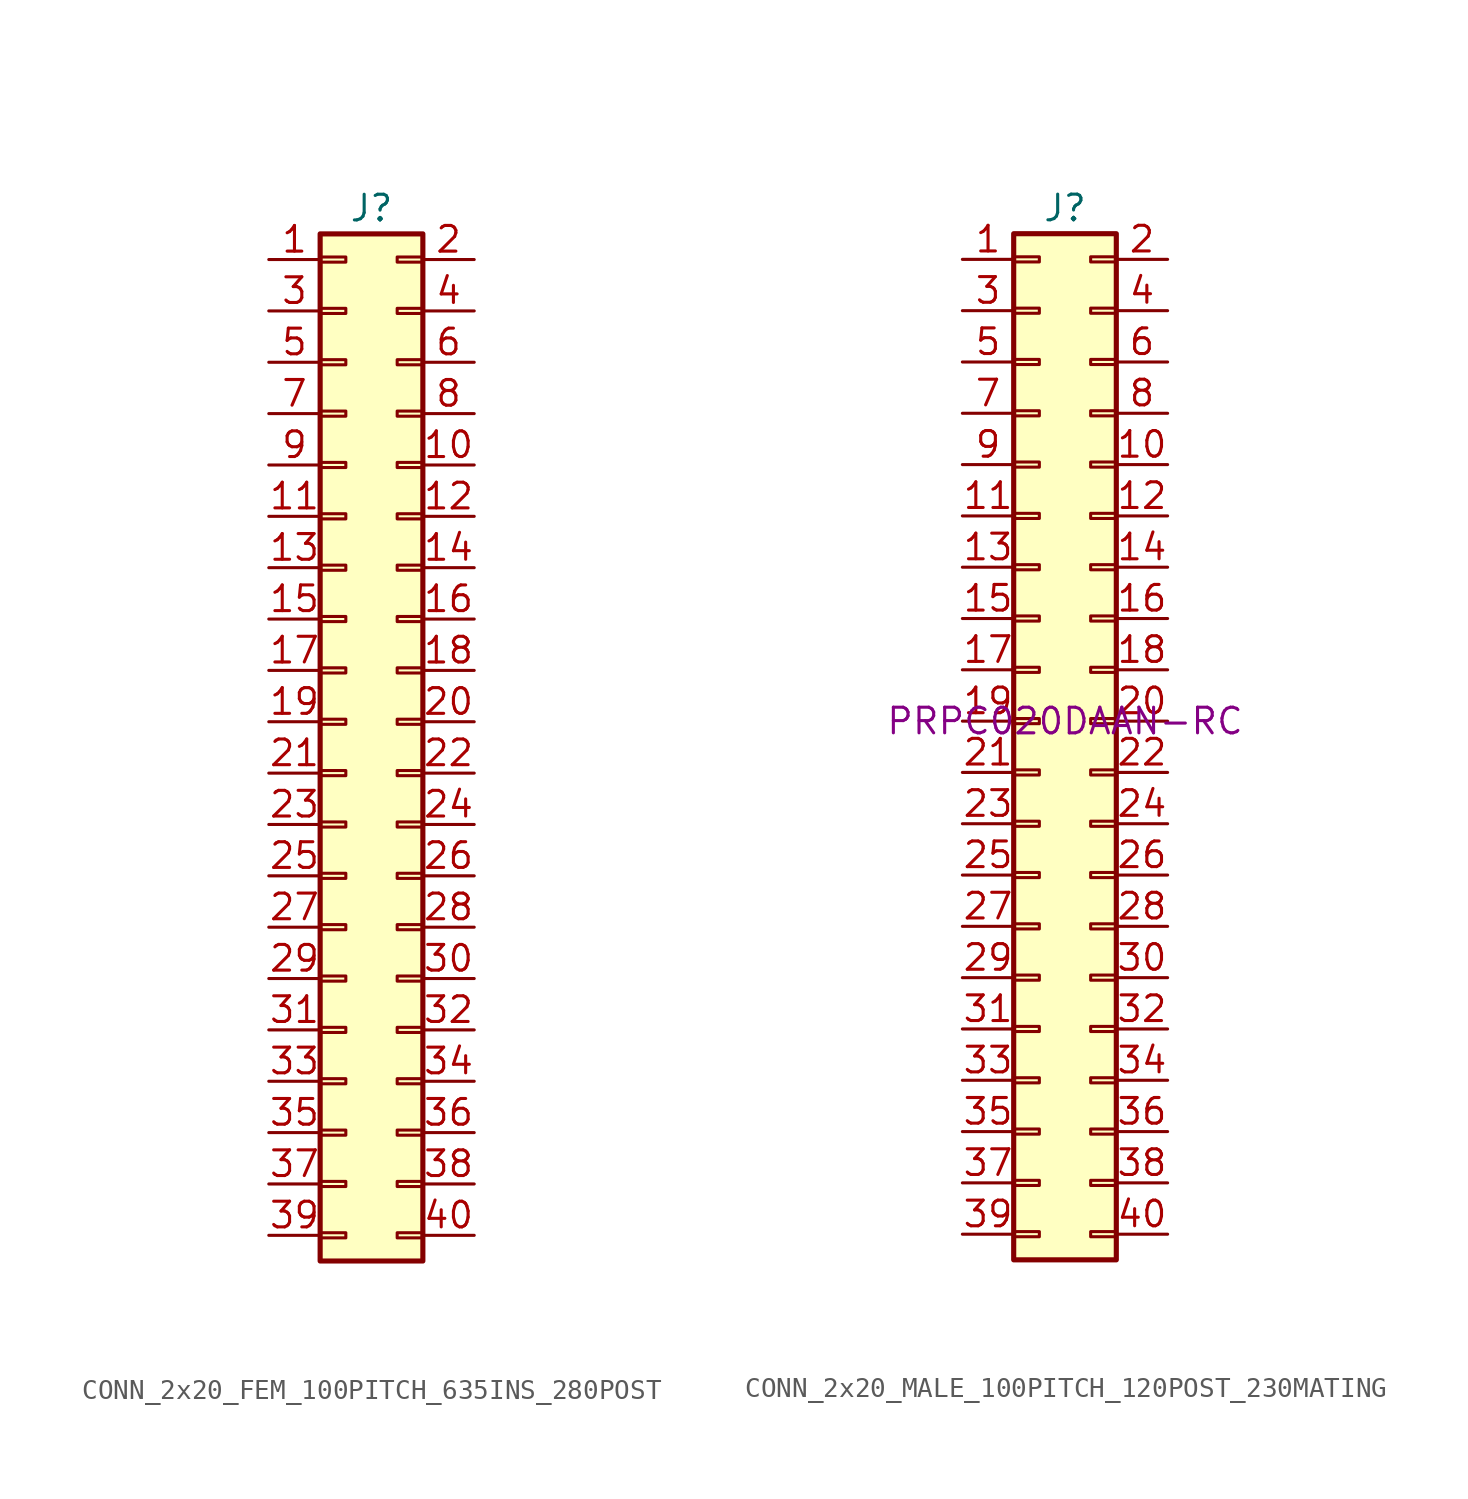
<source format=kicad_sym>
(kicad_symbol_lib
  (version 20211014)
  (generator kicad_symbol_editor)
  (symbol "CONN_2x20_FEM_100PITCH_635INS_280POST"
    (pin_names
      (offset 0) hide)
    (property "Reference" "J"
      (at 0 25.4 0)
      (effects (font (size 1.27 1.27))))
    (symbol "CONN_2x20_FEM_100PITCH_635INS_280POST_1_1"
      (rectangle (start -2.54 -25.273) (end -1.27 -25.527) (stroke (width 0.152) (type default) (color 0 0 0 0)) (fill (type none)))
      (rectangle (start -2.54 -22.733) (end -1.27 -22.987) (stroke (width 0.152) (type default) (color 0 0 0 0)) (fill (type none)))
      (rectangle (start -2.54 -20.193) (end -1.27 -20.447) (stroke (width 0.152) (type default) (color 0 0 0 0)) (fill (type none)))
      (rectangle (start -2.54 -17.653) (end -1.27 -17.907) (stroke (width 0.152) (type default) (color 0 0 0 0)) (fill (type none)))
      (rectangle (start -2.54 -15.113) (end -1.27 -15.367) (stroke (width 0.152) (type default) (color 0 0 0 0)) (fill (type none)))
      (rectangle (start -2.54 -12.573) (end -1.27 -12.827) (stroke (width 0.152) (type default) (color 0 0 0 0)) (fill (type none)))
      (rectangle (start -2.54 -10.033) (end -1.27 -10.287) (stroke (width 0.152) (type default) (color 0 0 0 0)) (fill (type none)))
      (rectangle (start -2.54 -7.493) (end -1.27 -7.747) (stroke (width 0.152) (type default) (color 0 0 0 0)) (fill (type none)))
      (rectangle (start -2.54 -4.953) (end -1.27 -5.207) (stroke (width 0.152) (type default) (color 0 0 0 0)) (fill (type none)))
      (rectangle (start -2.54 -2.413) (end -1.27 -2.667) (stroke (width 0.152) (type default) (color 0 0 0 0)) (fill (type none)))
      (rectangle (start -2.54 0.127) (end -1.27 -0.127) (stroke (width 0.152) (type default) (color 0 0 0 0)) (fill (type none)))
      (rectangle (start -2.54 2.667) (end -1.27 2.413) (stroke (width 0.152) (type default) (color 0 0 0 0)) (fill (type none)))
      (rectangle (start -2.54 5.207) (end -1.27 4.953) (stroke (width 0.152) (type default) (color 0 0 0 0)) (fill (type none)))
      (rectangle (start -2.54 7.747) (end -1.27 7.493) (stroke (width 0.152) (type default) (color 0 0 0 0)) (fill (type none)))
      (rectangle (start -2.54 10.287) (end -1.27 10.033) (stroke (width 0.152) (type default) (color 0 0 0 0)) (fill (type none)))
      (rectangle (start -2.54 12.827) (end -1.27 12.573) (stroke (width 0.152) (type default) (color 0 0 0 0)) (fill (type none)))
      (rectangle (start -2.54 15.367) (end -1.27 15.113) (stroke (width 0.152) (type default) (color 0 0 0 0)) (fill (type none)))
      (rectangle (start -2.54 17.907) (end -1.27 17.653) (stroke (width 0.152) (type default) (color 0 0 0 0)) (fill (type none)))
      (rectangle (start -2.54 20.447) (end -1.27 20.193) (stroke (width 0.152) (type default) (color 0 0 0 0)) (fill (type none)))
      (rectangle (start -2.54 22.987) (end -1.27 22.733) (stroke (width 0.152) (type default) (color 0 0 0 0)) (fill (type none)))
      (rectangle (start -2.54 24.13) (end 2.54 -26.67) (stroke (width 0.254) (type default) (color 0 0 0 0)) (fill (type background)))
      (rectangle (start 2.54 -25.273) (end 1.27 -25.527) (stroke (width 0.152) (type default) (color 0 0 0 0)) (fill (type none)))
      (rectangle (start 2.54 -22.733) (end 1.27 -22.987) (stroke (width 0.152) (type default) (color 0 0 0 0)) (fill (type none)))
      (rectangle (start 2.54 -20.193) (end 1.27 -20.447) (stroke (width 0.152) (type default) (color 0 0 0 0)) (fill (type none)))
      (rectangle (start 2.54 -17.653) (end 1.27 -17.907) (stroke (width 0.152) (type default) (color 0 0 0 0)) (fill (type none)))
      (rectangle (start 2.54 -15.113) (end 1.27 -15.367) (stroke (width 0.152) (type default) (color 0 0 0 0)) (fill (type none)))
      (rectangle (start 2.54 -12.573) (end 1.27 -12.827) (stroke (width 0.152) (type default) (color 0 0 0 0)) (fill (type none)))
      (rectangle (start 2.54 -10.033) (end 1.27 -10.287) (stroke (width 0.152) (type default) (color 0 0 0 0)) (fill (type none)))
      (rectangle (start 2.54 -7.493) (end 1.27 -7.747) (stroke (width 0.152) (type default) (color 0 0 0 0)) (fill (type none)))
      (rectangle (start 2.54 -4.953) (end 1.27 -5.207) (stroke (width 0.152) (type default) (color 0 0 0 0)) (fill (type none)))
      (rectangle (start 2.54 -2.413) (end 1.27 -2.667) (stroke (width 0.152) (type default) (color 0 0 0 0)) (fill (type none)))
      (rectangle (start 2.54 0.127) (end 1.27 -0.127) (stroke (width 0.152) (type default) (color 0 0 0 0)) (fill (type none)))
      (rectangle (start 2.54 2.667) (end 1.27 2.413) (stroke (width 0.152) (type default) (color 0 0 0 0)) (fill (type none)))
      (rectangle (start 2.54 5.207) (end 1.27 4.953) (stroke (width 0.152) (type default) (color 0 0 0 0)) (fill (type none)))
      (rectangle (start 2.54 7.747) (end 1.27 7.493) (stroke (width 0.152) (type default) (color 0 0 0 0)) (fill (type none)))
      (rectangle (start 2.54 10.287) (end 1.27 10.033) (stroke (width 0.152) (type default) (color 0 0 0 0)) (fill (type none)))
      (rectangle (start 2.54 12.827) (end 1.27 12.573) (stroke (width 0.152) (type default) (color 0 0 0 0)) (fill (type none)))
      (rectangle (start 2.54 15.367) (end 1.27 15.113) (stroke (width 0.152) (type default) (color 0 0 0 0)) (fill (type none)))
      (rectangle (start 2.54 17.907) (end 1.27 17.653) (stroke (width 0.152) (type default) (color 0 0 0 0)) (fill (type none)))
      (rectangle (start 2.54 20.447) (end 1.27 20.193) (stroke (width 0.152) (type default) (color 0 0 0 0)) (fill (type none)))
      (rectangle (start 2.54 22.987) (end 1.27 22.733) (stroke (width 0.152) (type default) (color 0 0 0 0)) (fill (type none)))
      (pin passive line (at -5.08 22.86 0) (length 2.54) (name "Pin_1" (effects (font (size 1.27 1.27)))) (number "1" (effects (font (size 1.27 1.27)))))
      (pin passive line (at 5.08 12.7 180) (length 2.54) (name "Pin_10" (effects (font (size 1.27 1.27)))) (number "10" (effects (font (size 1.27 1.27)))))
      (pin passive line (at -5.08 10.16 0) (length 2.54) (name "Pin_11" (effects (font (size 1.27 1.27)))) (number "11" (effects (font (size 1.27 1.27)))))
      (pin passive line (at 5.08 10.16 180) (length 2.54) (name "Pin_12" (effects (font (size 1.27 1.27)))) (number "12" (effects (font (size 1.27 1.27)))))
      (pin passive line (at -5.08 7.62 0) (length 2.54) (name "Pin_13" (effects (font (size 1.27 1.27)))) (number "13" (effects (font (size 1.27 1.27)))))
      (pin passive line (at 5.08 7.62 180) (length 2.54) (name "Pin_14" (effects (font (size 1.27 1.27)))) (number "14" (effects (font (size 1.27 1.27)))))
      (pin passive line (at -5.08 5.08 0) (length 2.54) (name "Pin_15" (effects (font (size 1.27 1.27)))) (number "15" (effects (font (size 1.27 1.27)))))
      (pin passive line (at 5.08 5.08 180) (length 2.54) (name "Pin_16" (effects (font (size 1.27 1.27)))) (number "16" (effects (font (size 1.27 1.27)))))
      (pin passive line (at -5.08 2.54 0) (length 2.54) (name "Pin_17" (effects (font (size 1.27 1.27)))) (number "17" (effects (font (size 1.27 1.27)))))
      (pin passive line (at 5.08 2.54 180) (length 2.54) (name "Pin_18" (effects (font (size 1.27 1.27)))) (number "18" (effects (font (size 1.27 1.27)))))
      (pin passive line (at -5.08 0 0) (length 2.54) (name "Pin_19" (effects (font (size 1.27 1.27)))) (number "19" (effects (font (size 1.27 1.27)))))
      (pin passive line (at 5.08 22.86 180) (length 2.54) (name "Pin_2" (effects (font (size 1.27 1.27)))) (number "2" (effects (font (size 1.27 1.27)))))
      (pin passive line (at 5.08 0 180) (length 2.54) (name "Pin_20" (effects (font (size 1.27 1.27)))) (number "20" (effects (font (size 1.27 1.27)))))
      (pin passive line (at -5.08 -2.54 0) (length 2.54) (name "Pin_21" (effects (font (size 1.27 1.27)))) (number "21" (effects (font (size 1.27 1.27)))))
      (pin passive line (at 5.08 -2.54 180) (length 2.54) (name "Pin_22" (effects (font (size 1.27 1.27)))) (number "22" (effects (font (size 1.27 1.27)))))
      (pin passive line (at -5.08 -5.08 0) (length 2.54) (name "Pin_23" (effects (font (size 1.27 1.27)))) (number "23" (effects (font (size 1.27 1.27)))))
      (pin passive line (at 5.08 -5.08 180) (length 2.54) (name "Pin_24" (effects (font (size 1.27 1.27)))) (number "24" (effects (font (size 1.27 1.27)))))
      (pin passive line (at -5.08 -7.62 0) (length 2.54) (name "Pin_25" (effects (font (size 1.27 1.27)))) (number "25" (effects (font (size 1.27 1.27)))))
      (pin passive line (at 5.08 -7.62 180) (length 2.54) (name "Pin_26" (effects (font (size 1.27 1.27)))) (number "26" (effects (font (size 1.27 1.27)))))
      (pin passive line (at -5.08 -10.16 0) (length 2.54) (name "Pin_27" (effects (font (size 1.27 1.27)))) (number "27" (effects (font (size 1.27 1.27)))))
      (pin passive line (at 5.08 -10.16 180) (length 2.54) (name "Pin_28" (effects (font (size 1.27 1.27)))) (number "28" (effects (font (size 1.27 1.27)))))
      (pin passive line (at -5.08 -12.7 0) (length 2.54) (name "Pin_29" (effects (font (size 1.27 1.27)))) (number "29" (effects (font (size 1.27 1.27)))))
      (pin passive line (at -5.08 20.32 0) (length 2.54) (name "Pin_3" (effects (font (size 1.27 1.27)))) (number "3" (effects (font (size 1.27 1.27)))))
      (pin passive line (at 5.08 -12.7 180) (length 2.54) (name "Pin_30" (effects (font (size 1.27 1.27)))) (number "30" (effects (font (size 1.27 1.27)))))
      (pin passive line (at -5.08 -15.24 0) (length 2.54) (name "Pin_31" (effects (font (size 1.27 1.27)))) (number "31" (effects (font (size 1.27 1.27)))))
      (pin passive line (at 5.08 -15.24 180) (length 2.54) (name "Pin_32" (effects (font (size 1.27 1.27)))) (number "32" (effects (font (size 1.27 1.27)))))
      (pin passive line (at -5.08 -17.78 0) (length 2.54) (name "Pin_33" (effects (font (size 1.27 1.27)))) (number "33" (effects (font (size 1.27 1.27)))))
      (pin passive line (at 5.08 -17.78 180) (length 2.54) (name "Pin_34" (effects (font (size 1.27 1.27)))) (number "34" (effects (font (size 1.27 1.27)))))
      (pin passive line (at -5.08 -20.32 0) (length 2.54) (name "Pin_35" (effects (font (size 1.27 1.27)))) (number "35" (effects (font (size 1.27 1.27)))))
      (pin passive line (at 5.08 -20.32 180) (length 2.54) (name "Pin_36" (effects (font (size 1.27 1.27)))) (number "36" (effects (font (size 1.27 1.27)))))
      (pin passive line (at -5.08 -22.86 0) (length 2.54) (name "Pin_37" (effects (font (size 1.27 1.27)))) (number "37" (effects (font (size 1.27 1.27)))))
      (pin passive line (at 5.08 -22.86 180) (length 2.54) (name "Pin_38" (effects (font (size 1.27 1.27)))) (number "38" (effects (font (size 1.27 1.27)))))
      (pin passive line (at -5.08 -25.4 0) (length 2.54) (name "Pin_39" (effects (font (size 1.27 1.27)))) (number "39" (effects (font (size 1.27 1.27)))))
      (pin passive line (at 5.08 20.32 180) (length 2.54) (name "Pin_4" (effects (font (size 1.27 1.27)))) (number "4" (effects (font (size 1.27 1.27)))))
      (pin passive line (at 5.08 -25.4 180) (length 2.54) (name "Pin_40" (effects (font (size 1.27 1.27)))) (number "40" (effects (font (size 1.27 1.27)))))
      (pin passive line (at -5.08 17.78 0) (length 2.54) (name "Pin_5" (effects (font (size 1.27 1.27)))) (number "5" (effects (font (size 1.27 1.27)))))
      (pin passive line (at 5.08 17.78 180) (length 2.54) (name "Pin_6" (effects (font (size 1.27 1.27)))) (number "6" (effects (font (size 1.27 1.27)))))
      (pin passive line (at -5.08 15.24 0) (length 2.54) (name "Pin_7" (effects (font (size 1.27 1.27)))) (number "7" (effects (font (size 1.27 1.27)))))
      (pin passive line (at 5.08 15.24 180) (length 2.54) (name "Pin_8" (effects (font (size 1.27 1.27)))) (number "8" (effects (font (size 1.27 1.27)))))
      (pin passive line (at -5.08 12.7 0) (length 2.54) (name "Pin_9" (effects (font (size 1.27 1.27)))) (number "9" (effects (font (size 1.27 1.27)))))))
  (symbol "CONN_2x20_MALE_100PITCH_120POST_230MATING"
    (pin_names
      (offset 0) hide)
    (property "Reference" "J"
      (at 0 25.4 0)
      (effects (font (size 1.27 1.27))))
    (property "Manufacturer Part Number" "PRPC020DAAN-RC"
      (at 0 0 0)
      (effects (font (size 1.27 1.27))))
    (symbol "CONN_2x20_MALE_100PITCH_120POST_230MATING_1_1"
      (rectangle (start -2.54 -25.273) (end -1.27 -25.527) (stroke (width 0.152) (type default) (color 0 0 0 0)) (fill (type none)))
      (rectangle (start -2.54 -22.733) (end -1.27 -22.987) (stroke (width 0.152) (type default) (color 0 0 0 0)) (fill (type none)))
      (rectangle (start -2.54 -20.193) (end -1.27 -20.447) (stroke (width 0.152) (type default) (color 0 0 0 0)) (fill (type none)))
      (rectangle (start -2.54 -17.653) (end -1.27 -17.907) (stroke (width 0.152) (type default) (color 0 0 0 0)) (fill (type none)))
      (rectangle (start -2.54 -15.113) (end -1.27 -15.367) (stroke (width 0.152) (type default) (color 0 0 0 0)) (fill (type none)))
      (rectangle (start -2.54 -12.573) (end -1.27 -12.827) (stroke (width 0.152) (type default) (color 0 0 0 0)) (fill (type none)))
      (rectangle (start -2.54 -10.033) (end -1.27 -10.287) (stroke (width 0.152) (type default) (color 0 0 0 0)) (fill (type none)))
      (rectangle (start -2.54 -7.493) (end -1.27 -7.747) (stroke (width 0.152) (type default) (color 0 0 0 0)) (fill (type none)))
      (rectangle (start -2.54 -4.953) (end -1.27 -5.207) (stroke (width 0.152) (type default) (color 0 0 0 0)) (fill (type none)))
      (rectangle (start -2.54 -2.413) (end -1.27 -2.667) (stroke (width 0.152) (type default) (color 0 0 0 0)) (fill (type none)))
      (rectangle (start -2.54 0.127) (end -1.27 -0.127) (stroke (width 0.152) (type default) (color 0 0 0 0)) (fill (type none)))
      (rectangle (start -2.54 2.667) (end -1.27 2.413) (stroke (width 0.152) (type default) (color 0 0 0 0)) (fill (type none)))
      (rectangle (start -2.54 5.207) (end -1.27 4.953) (stroke (width 0.152) (type default) (color 0 0 0 0)) (fill (type none)))
      (rectangle (start -2.54 7.747) (end -1.27 7.493) (stroke (width 0.152) (type default) (color 0 0 0 0)) (fill (type none)))
      (rectangle (start -2.54 10.287) (end -1.27 10.033) (stroke (width 0.152) (type default) (color 0 0 0 0)) (fill (type none)))
      (rectangle (start -2.54 12.827) (end -1.27 12.573) (stroke (width 0.152) (type default) (color 0 0 0 0)) (fill (type none)))
      (rectangle (start -2.54 15.367) (end -1.27 15.113) (stroke (width 0.152) (type default) (color 0 0 0 0)) (fill (type none)))
      (rectangle (start -2.54 17.907) (end -1.27 17.653) (stroke (width 0.152) (type default) (color 0 0 0 0)) (fill (type none)))
      (rectangle (start -2.54 20.447) (end -1.27 20.193) (stroke (width 0.152) (type default) (color 0 0 0 0)) (fill (type none)))
      (rectangle (start -2.54 22.987) (end -1.27 22.733) (stroke (width 0.152) (type default) (color 0 0 0 0)) (fill (type none)))
      (rectangle (start -2.54 24.13) (end 2.54 -26.67) (stroke (width 0.254) (type default) (color 0 0 0 0)) (fill (type background)))
      (rectangle (start 2.54 -25.273) (end 1.27 -25.527) (stroke (width 0.152) (type default) (color 0 0 0 0)) (fill (type none)))
      (rectangle (start 2.54 -22.733) (end 1.27 -22.987) (stroke (width 0.152) (type default) (color 0 0 0 0)) (fill (type none)))
      (rectangle (start 2.54 -20.193) (end 1.27 -20.447) (stroke (width 0.152) (type default) (color 0 0 0 0)) (fill (type none)))
      (rectangle (start 2.54 -17.653) (end 1.27 -17.907) (stroke (width 0.152) (type default) (color 0 0 0 0)) (fill (type none)))
      (rectangle (start 2.54 -15.113) (end 1.27 -15.367) (stroke (width 0.152) (type default) (color 0 0 0 0)) (fill (type none)))
      (rectangle (start 2.54 -12.573) (end 1.27 -12.827) (stroke (width 0.152) (type default) (color 0 0 0 0)) (fill (type none)))
      (rectangle (start 2.54 -10.033) (end 1.27 -10.287) (stroke (width 0.152) (type default) (color 0 0 0 0)) (fill (type none)))
      (rectangle (start 2.54 -7.493) (end 1.27 -7.747) (stroke (width 0.152) (type default) (color 0 0 0 0)) (fill (type none)))
      (rectangle (start 2.54 -4.953) (end 1.27 -5.207) (stroke (width 0.152) (type default) (color 0 0 0 0)) (fill (type none)))
      (rectangle (start 2.54 -2.413) (end 1.27 -2.667) (stroke (width 0.152) (type default) (color 0 0 0 0)) (fill (type none)))
      (rectangle (start 2.54 0.127) (end 1.27 -0.127) (stroke (width 0.152) (type default) (color 0 0 0 0)) (fill (type none)))
      (rectangle (start 2.54 2.667) (end 1.27 2.413) (stroke (width 0.152) (type default) (color 0 0 0 0)) (fill (type none)))
      (rectangle (start 2.54 5.207) (end 1.27 4.953) (stroke (width 0.152) (type default) (color 0 0 0 0)) (fill (type none)))
      (rectangle (start 2.54 7.747) (end 1.27 7.493) (stroke (width 0.152) (type default) (color 0 0 0 0)) (fill (type none)))
      (rectangle (start 2.54 10.287) (end 1.27 10.033) (stroke (width 0.152) (type default) (color 0 0 0 0)) (fill (type none)))
      (rectangle (start 2.54 12.827) (end 1.27 12.573) (stroke (width 0.152) (type default) (color 0 0 0 0)) (fill (type none)))
      (rectangle (start 2.54 15.367) (end 1.27 15.113) (stroke (width 0.152) (type default) (color 0 0 0 0)) (fill (type none)))
      (rectangle (start 2.54 17.907) (end 1.27 17.653) (stroke (width 0.152) (type default) (color 0 0 0 0)) (fill (type none)))
      (rectangle (start 2.54 20.447) (end 1.27 20.193) (stroke (width 0.152) (type default) (color 0 0 0 0)) (fill (type none)))
      (rectangle (start 2.54 22.987) (end 1.27 22.733) (stroke (width 0.152) (type default) (color 0 0 0 0)) (fill (type none)))
      (pin passive line (at -5.08 22.86 0) (length 2.54) (name "Pin_1" (effects (font (size 1.27 1.27)))) (number "1" (effects (font (size 1.27 1.27)))))
      (pin passive line (at 5.08 12.7 180) (length 2.54) (name "Pin_10" (effects (font (size 1.27 1.27)))) (number "10" (effects (font (size 1.27 1.27)))))
      (pin passive line (at -5.08 10.16 0) (length 2.54) (name "Pin_11" (effects (font (size 1.27 1.27)))) (number "11" (effects (font (size 1.27 1.27)))))
      (pin passive line (at 5.08 10.16 180) (length 2.54) (name "Pin_12" (effects (font (size 1.27 1.27)))) (number "12" (effects (font (size 1.27 1.27)))))
      (pin passive line (at -5.08 7.62 0) (length 2.54) (name "Pin_13" (effects (font (size 1.27 1.27)))) (number "13" (effects (font (size 1.27 1.27)))))
      (pin passive line (at 5.08 7.62 180) (length 2.54) (name "Pin_14" (effects (font (size 1.27 1.27)))) (number "14" (effects (font (size 1.27 1.27)))))
      (pin passive line (at -5.08 5.08 0) (length 2.54) (name "Pin_15" (effects (font (size 1.27 1.27)))) (number "15" (effects (font (size 1.27 1.27)))))
      (pin passive line (at 5.08 5.08 180) (length 2.54) (name "Pin_16" (effects (font (size 1.27 1.27)))) (number "16" (effects (font (size 1.27 1.27)))))
      (pin passive line (at -5.08 2.54 0) (length 2.54) (name "Pin_17" (effects (font (size 1.27 1.27)))) (number "17" (effects (font (size 1.27 1.27)))))
      (pin passive line (at 5.08 2.54 180) (length 2.54) (name "Pin_18" (effects (font (size 1.27 1.27)))) (number "18" (effects (font (size 1.27 1.27)))))
      (pin passive line (at -5.08 0 0) (length 2.54) (name "Pin_19" (effects (font (size 1.27 1.27)))) (number "19" (effects (font (size 1.27 1.27)))))
      (pin passive line (at 5.08 22.86 180) (length 2.54) (name "Pin_2" (effects (font (size 1.27 1.27)))) (number "2" (effects (font (size 1.27 1.27)))))
      (pin passive line (at 5.08 0 180) (length 2.54) (name "Pin_20" (effects (font (size 1.27 1.27)))) (number "20" (effects (font (size 1.27 1.27)))))
      (pin passive line (at -5.08 -2.54 0) (length 2.54) (name "Pin_21" (effects (font (size 1.27 1.27)))) (number "21" (effects (font (size 1.27 1.27)))))
      (pin passive line (at 5.08 -2.54 180) (length 2.54) (name "Pin_22" (effects (font (size 1.27 1.27)))) (number "22" (effects (font (size 1.27 1.27)))))
      (pin passive line (at -5.08 -5.08 0) (length 2.54) (name "Pin_23" (effects (font (size 1.27 1.27)))) (number "23" (effects (font (size 1.27 1.27)))))
      (pin passive line (at 5.08 -5.08 180) (length 2.54) (name "Pin_24" (effects (font (size 1.27 1.27)))) (number "24" (effects (font (size 1.27 1.27)))))
      (pin passive line (at -5.08 -7.62 0) (length 2.54) (name "Pin_25" (effects (font (size 1.27 1.27)))) (number "25" (effects (font (size 1.27 1.27)))))
      (pin passive line (at 5.08 -7.62 180) (length 2.54) (name "Pin_26" (effects (font (size 1.27 1.27)))) (number "26" (effects (font (size 1.27 1.27)))))
      (pin passive line (at -5.08 -10.16 0) (length 2.54) (name "Pin_27" (effects (font (size 1.27 1.27)))) (number "27" (effects (font (size 1.27 1.27)))))
      (pin passive line (at 5.08 -10.16 180) (length 2.54) (name "Pin_28" (effects (font (size 1.27 1.27)))) (number "28" (effects (font (size 1.27 1.27)))))
      (pin passive line (at -5.08 -12.7 0) (length 2.54) (name "Pin_29" (effects (font (size 1.27 1.27)))) (number "29" (effects (font (size 1.27 1.27)))))
      (pin passive line (at -5.08 20.32 0) (length 2.54) (name "Pin_3" (effects (font (size 1.27 1.27)))) (number "3" (effects (font (size 1.27 1.27)))))
      (pin passive line (at 5.08 -12.7 180) (length 2.54) (name "Pin_30" (effects (font (size 1.27 1.27)))) (number "30" (effects (font (size 1.27 1.27)))))
      (pin passive line (at -5.08 -15.24 0) (length 2.54) (name "Pin_31" (effects (font (size 1.27 1.27)))) (number "31" (effects (font (size 1.27 1.27)))))
      (pin passive line (at 5.08 -15.24 180) (length 2.54) (name "Pin_32" (effects (font (size 1.27 1.27)))) (number "32" (effects (font (size 1.27 1.27)))))
      (pin passive line (at -5.08 -17.78 0) (length 2.54) (name "Pin_33" (effects (font (size 1.27 1.27)))) (number "33" (effects (font (size 1.27 1.27)))))
      (pin passive line (at 5.08 -17.78 180) (length 2.54) (name "Pin_34" (effects (font (size 1.27 1.27)))) (number "34" (effects (font (size 1.27 1.27)))))
      (pin passive line (at -5.08 -20.32 0) (length 2.54) (name "Pin_35" (effects (font (size 1.27 1.27)))) (number "35" (effects (font (size 1.27 1.27)))))
      (pin passive line (at 5.08 -20.32 180) (length 2.54) (name "Pin_36" (effects (font (size 1.27 1.27)))) (number "36" (effects (font (size 1.27 1.27)))))
      (pin passive line (at -5.08 -22.86 0) (length 2.54) (name "Pin_37" (effects (font (size 1.27 1.27)))) (number "37" (effects (font (size 1.27 1.27)))))
      (pin passive line (at 5.08 -22.86 180) (length 2.54) (name "Pin_38" (effects (font (size 1.27 1.27)))) (number "38" (effects (font (size 1.27 1.27)))))
      (pin passive line (at -5.08 -25.4 0) (length 2.54) (name "Pin_39" (effects (font (size 1.27 1.27)))) (number "39" (effects (font (size 1.27 1.27)))))
      (pin passive line (at 5.08 20.32 180) (length 2.54) (name "Pin_4" (effects (font (size 1.27 1.27)))) (number "4" (effects (font (size 1.27 1.27)))))
      (pin passive line (at 5.08 -25.4 180) (length 2.54) (name "Pin_40" (effects (font (size 1.27 1.27)))) (number "40" (effects (font (size 1.27 1.27)))))
      (pin passive line (at -5.08 17.78 0) (length 2.54) (name "Pin_5" (effects (font (size 1.27 1.27)))) (number "5" (effects (font (size 1.27 1.27)))))
      (pin passive line (at 5.08 17.78 180) (length 2.54) (name "Pin_6" (effects (font (size 1.27 1.27)))) (number "6" (effects (font (size 1.27 1.27)))))
      (pin passive line (at -5.08 15.24 0) (length 2.54) (name "Pin_7" (effects (font (size 1.27 1.27)))) (number "7" (effects (font (size 1.27 1.27)))))
      (pin passive line (at 5.08 15.24 180) (length 2.54) (name "Pin_8" (effects (font (size 1.27 1.27)))) (number "8" (effects (font (size 1.27 1.27)))))
      (pin passive line (at -5.08 12.7 0) (length 2.54) (name "Pin_9" (effects (font (size 1.27 1.27)))) (number "9" (effects (font (size 1.27 1.27))))))))
</source>
